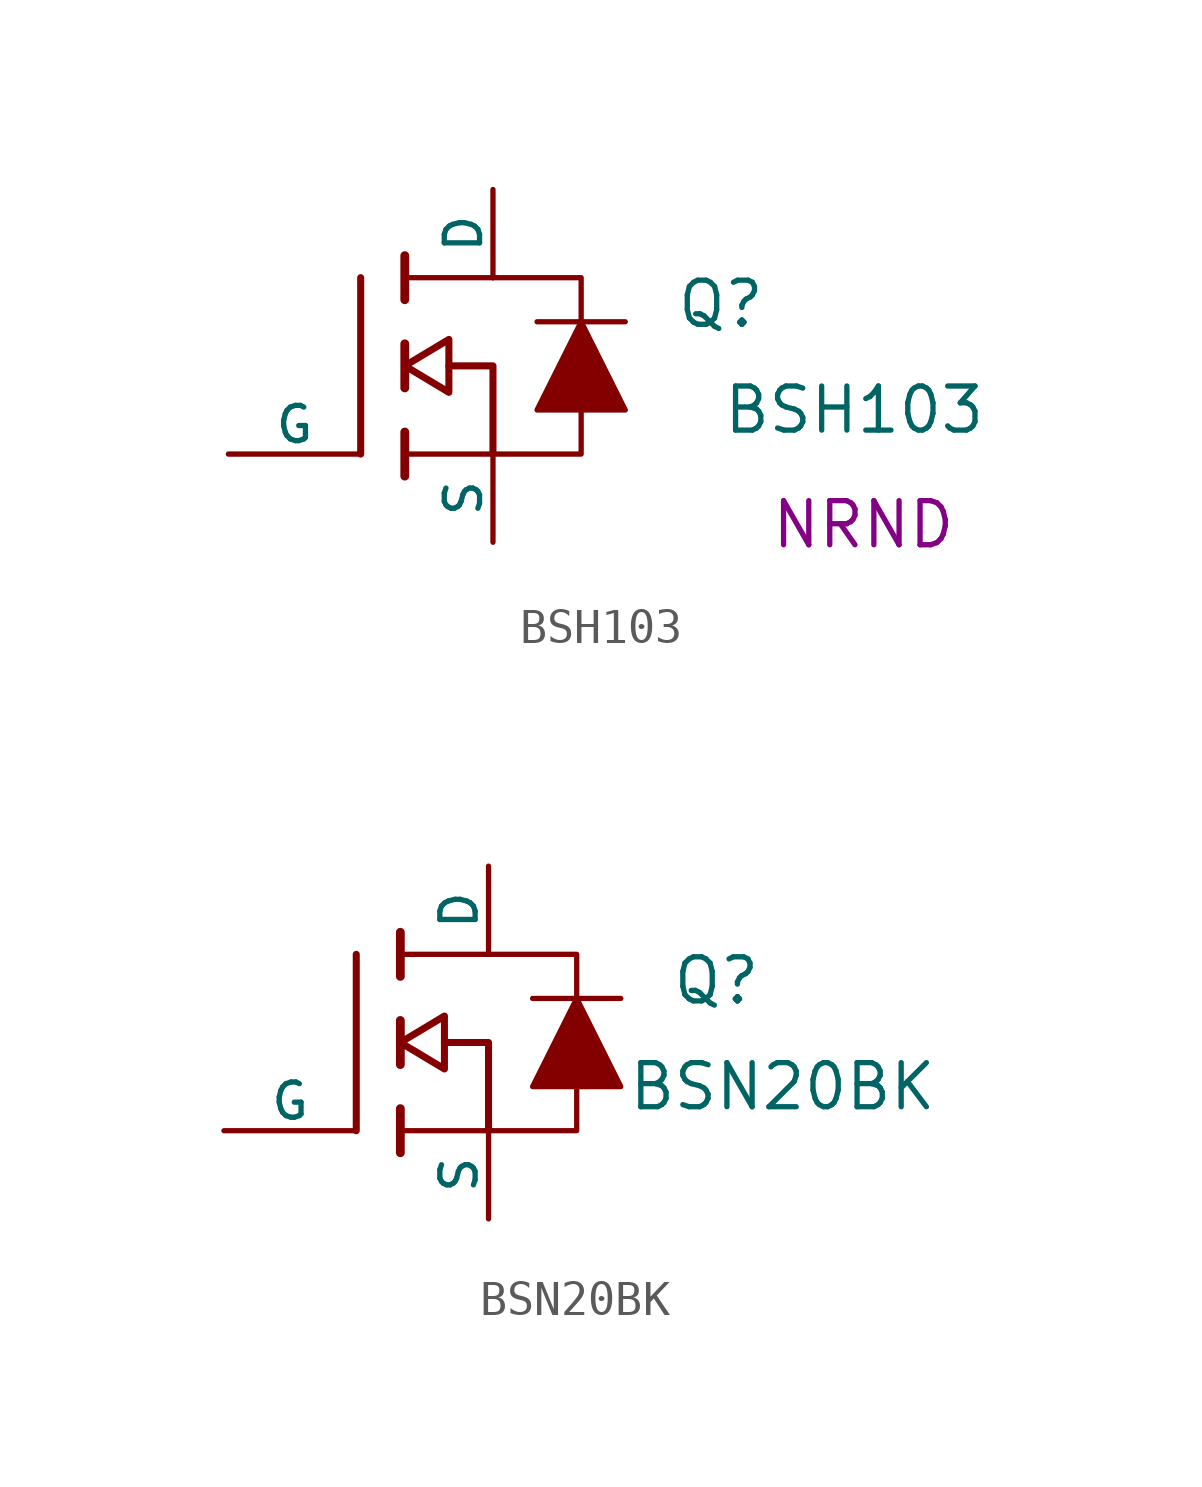
<source format=kicad_sym>
(kicad_symbol_lib
  (version 20211014)
  (generator kicad_symbol_editor)
  (symbol "BSH103"
    (pin_numbers hide)
    (pin_names
      (offset 0))
    (property "Reference" "Q"
      (at 15.494 4.318 0)
      (effects (font (size 1.27 1.27)) (justify right)))
    (property "Value" "BSH103"
      (at 21.844 1.27 0)
      (effects (font (size 1.27 1.27)) (justify right)))
    (property "Desc1" "NRND"
      (at 18.288 -2.032 0)
      (effects (font (size 1.27 1.27))))
    (symbol "BSH103_0_1"
      (polyline (pts (xy 3.81 0) (xy 3.81 5.08)) (stroke (width 0.203) (type default) (color 0 0 0 0)) (fill (type none)))
      (polyline (pts (xy 5.08 -0.635) (xy 5.08 0.635)) (stroke (width 0.254) (type default) (color 0 0 0 0)) (fill (type none)))
      (polyline (pts (xy 5.08 1.905) (xy 5.08 3.175)) (stroke (width 0.254) (type default) (color 0 0 0 0)) (fill (type none)))
      (polyline (pts (xy 5.08 4.445) (xy 5.08 5.715)) (stroke (width 0.254) (type default) (color 0 0 0 0)) (fill (type none)))
      (polyline (pts (xy 7.62 0) (xy 5.08 0)) (stroke (width 0) (type default) (color 0 0 0 0)) (fill (type none)))
      (polyline (pts (xy 7.62 5.08) (xy 5.08 5.08)) (stroke (width 0) (type default) (color 0 0 0 0)) (fill (type none)))
      (polyline (pts (xy 8.89 3.81) (xy 11.43 3.81)) (stroke (width 0) (type default) (color 0 0 0 0)) (fill (type none)))
      (polyline (pts (xy 7.62 0) (xy 7.62 2.54) (xy 6.35 2.54)) (stroke (width 0.203) (type default) (color 0 0 0 0)) (fill (type none)))
      (polyline (pts (xy 7.62 0) (xy 10.16 0) (xy 10.16 1.27)) (stroke (width 0) (type default) (color 0 0 0 0)) (fill (type none)))
      (polyline (pts (xy 10.16 3.81) (xy 10.16 5.08) (xy 7.62 5.08)) (stroke (width 0) (type default) (color 0 0 0 0)) (fill (type none)))
      (polyline (pts (xy 10.16 3.81) (xy 8.89 1.27) (xy 11.43 1.27) (xy 10.16 3.81)) (stroke (width 0) (type default) (color 0 0 0 0)) (fill (type outline)))
      (polyline (pts (xy 6.35 3.302) (xy 6.35 1.778) (xy 5.08 2.54) (xy 6.35 3.302) (xy 6.35 3.302)) (stroke (width 0.203) (type default) (color 0 0 0 0)) (fill (type none))))
    (symbol "BSH103_1_1"
      (pin passive line (at 0 0 0) (length 3.81) (name "G" (effects (font (size 1.016 1.016)))) (number "1" (effects (font (size 1.016 1.016)))))
      (pin passive line (at 7.62 -2.54 90) (length 2.54) (name "S" (effects (font (size 1.016 1.016)))) (number "2" (effects (font (size 1.016 1.016)))))
      (pin passive line (at 7.62 7.62 270) (length 2.54) (name "D" (effects (font (size 1.016 1.016)))) (number "3" (effects (font (size 1.016 1.016)))))))
  (symbol "BSN20BK"
    (pin_numbers hide)
    (pin_names
      (offset 0))
    (property "Reference" "Q"
      (at 15.494 4.318 0)
      (effects (font (size 1.27 1.27)) (justify right)))
    (property "Value" "BSN20BK"
      (at 20.574 1.27 0)
      (effects (font (size 1.27 1.27)) (justify right)))
    (symbol "BSN20BK_0_1"
      (polyline (pts (xy 3.81 0) (xy 3.81 5.08)) (stroke (width 0.203) (type default) (color 0 0 0 0)) (fill (type none)))
      (polyline (pts (xy 5.08 -0.635) (xy 5.08 0.635)) (stroke (width 0.254) (type default) (color 0 0 0 0)) (fill (type none)))
      (polyline (pts (xy 5.08 1.905) (xy 5.08 3.175)) (stroke (width 0.254) (type default) (color 0 0 0 0)) (fill (type none)))
      (polyline (pts (xy 5.08 4.445) (xy 5.08 5.715)) (stroke (width 0.254) (type default) (color 0 0 0 0)) (fill (type none)))
      (polyline (pts (xy 7.62 0) (xy 5.08 0)) (stroke (width 0) (type default) (color 0 0 0 0)) (fill (type none)))
      (polyline (pts (xy 7.62 5.08) (xy 5.08 5.08)) (stroke (width 0) (type default) (color 0 0 0 0)) (fill (type none)))
      (polyline (pts (xy 8.89 3.81) (xy 11.43 3.81)) (stroke (width 0) (type default) (color 0 0 0 0)) (fill (type none)))
      (polyline (pts (xy 7.62 0) (xy 7.62 2.54) (xy 6.35 2.54)) (stroke (width 0.203) (type default) (color 0 0 0 0)) (fill (type none)))
      (polyline (pts (xy 7.62 0) (xy 10.16 0) (xy 10.16 1.27)) (stroke (width 0) (type default) (color 0 0 0 0)) (fill (type none)))
      (polyline (pts (xy 10.16 3.81) (xy 10.16 5.08) (xy 7.62 5.08)) (stroke (width 0) (type default) (color 0 0 0 0)) (fill (type none)))
      (polyline (pts (xy 10.16 3.81) (xy 8.89 1.27) (xy 11.43 1.27) (xy 10.16 3.81)) (stroke (width 0) (type default) (color 0 0 0 0)) (fill (type outline)))
      (polyline (pts (xy 6.35 3.302) (xy 6.35 1.778) (xy 5.08 2.54) (xy 6.35 3.302) (xy 6.35 3.302)) (stroke (width 0.203) (type default) (color 0 0 0 0)) (fill (type none))))
    (symbol "BSN20BK_1_1"
      (pin passive line (at 0 0 0) (length 3.81) (name "G" (effects (font (size 1.016 1.016)))) (number "1" (effects (font (size 1.016 1.016)))))
      (pin passive line (at 7.62 -2.54 90) (length 2.54) (name "S" (effects (font (size 1.016 1.016)))) (number "2" (effects (font (size 1.016 1.016)))))
      (pin passive line (at 7.62 7.62 270) (length 2.54) (name "D" (effects (font (size 1.016 1.016)))) (number "3" (effects (font (size 1.016 1.016))))))))
</source>
